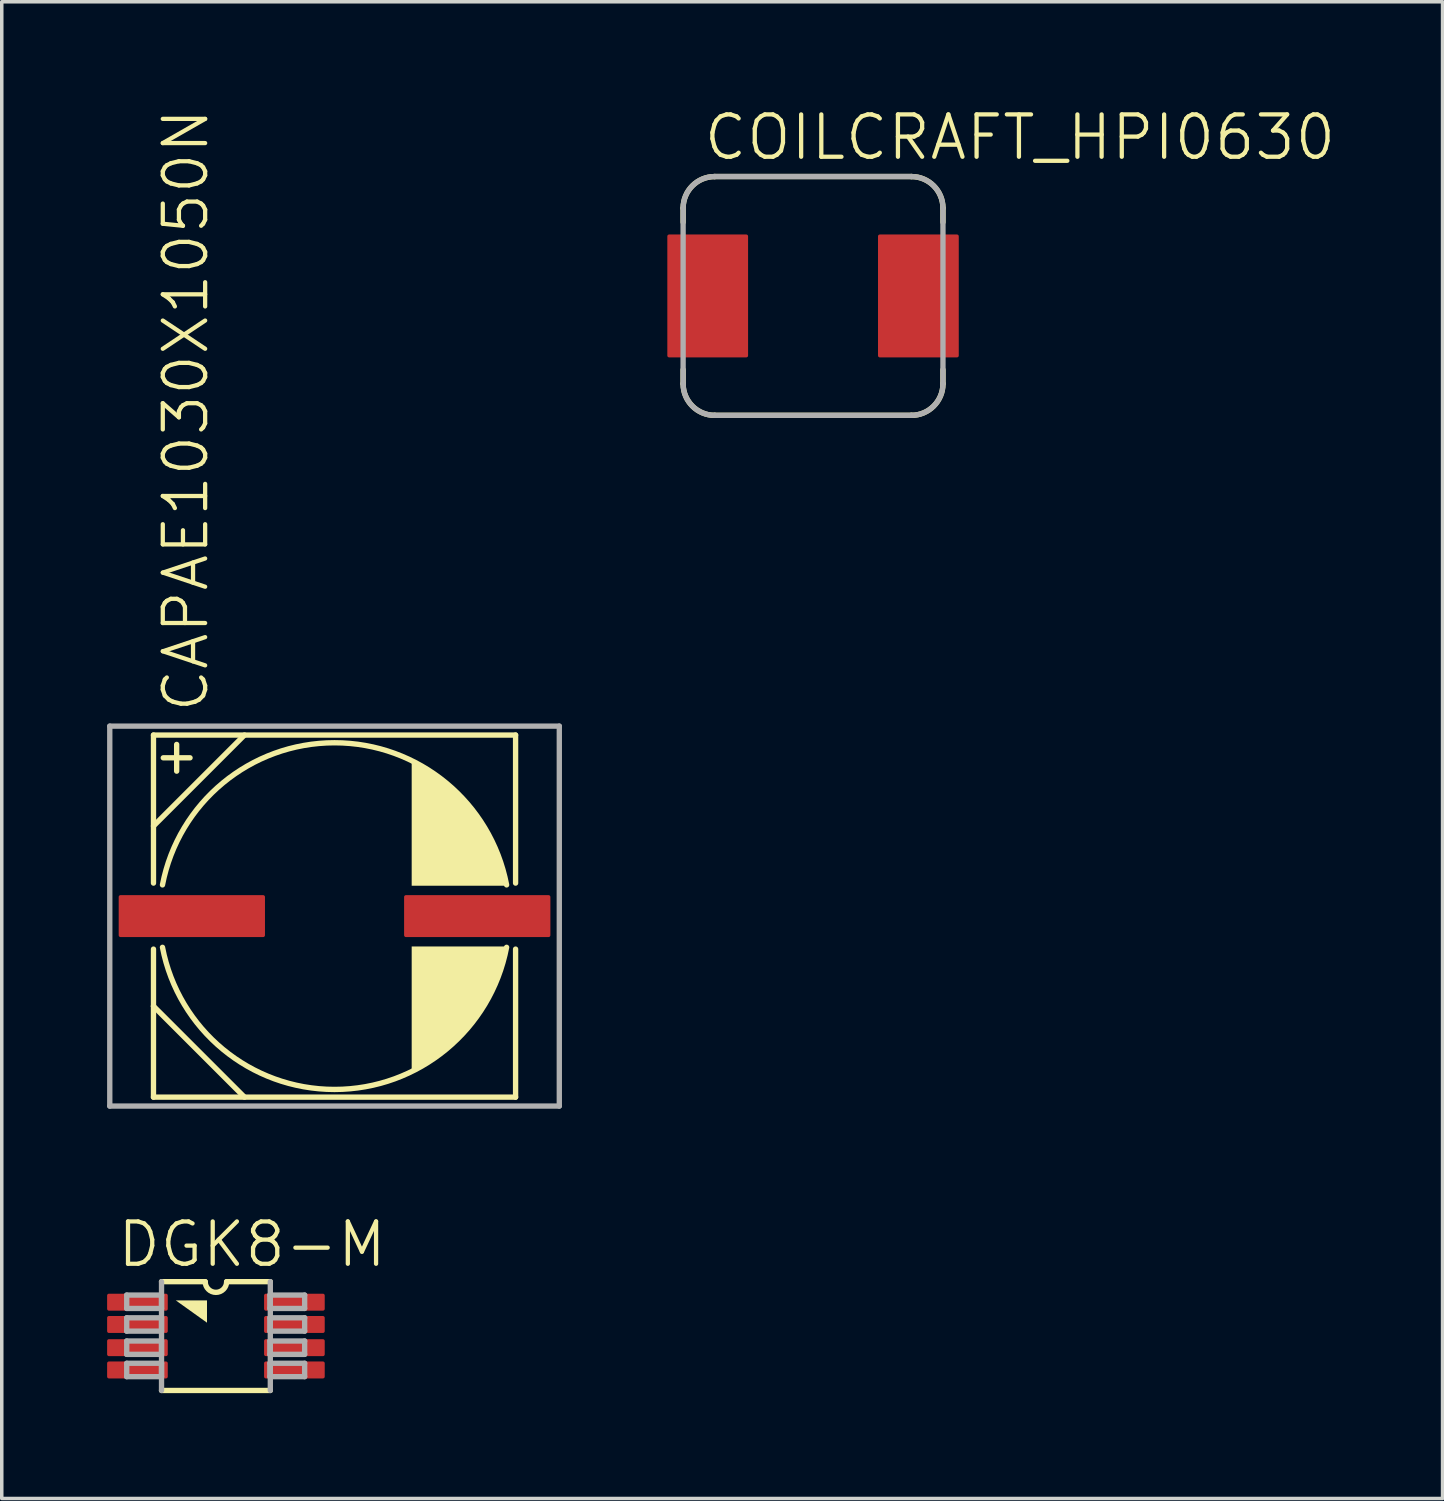
<source format=kicad_pcb>
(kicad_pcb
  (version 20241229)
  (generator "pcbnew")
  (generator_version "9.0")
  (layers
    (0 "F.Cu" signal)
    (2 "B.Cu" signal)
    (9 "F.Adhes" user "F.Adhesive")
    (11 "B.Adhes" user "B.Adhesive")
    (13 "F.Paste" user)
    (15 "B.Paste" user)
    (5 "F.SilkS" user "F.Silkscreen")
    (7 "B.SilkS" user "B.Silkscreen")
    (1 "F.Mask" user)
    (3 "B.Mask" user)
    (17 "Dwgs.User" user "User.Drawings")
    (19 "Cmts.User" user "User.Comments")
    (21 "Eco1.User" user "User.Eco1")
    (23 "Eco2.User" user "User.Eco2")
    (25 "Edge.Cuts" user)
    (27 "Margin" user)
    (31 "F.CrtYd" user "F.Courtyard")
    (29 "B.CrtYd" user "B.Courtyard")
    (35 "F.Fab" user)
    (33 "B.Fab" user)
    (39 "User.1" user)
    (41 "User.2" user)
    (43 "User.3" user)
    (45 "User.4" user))
  (footprint "COILCRAFT_HPI0630"
    (layer "F.Cu")
    (at 20.104 5.378)
    (property "Reference" "COILCRAFT_HPI0630" (at -3.175 -3.81 180) (layer "F.SilkS") (effects (font (size 1.206 1.206) (thickness 0.121)) (justify left bottom)))
    (attr through_hole)
    (fp_line (start -3.7 -2.5) (end -3.7 -2.1) (stroke (width 0.152) (type solid)) (layer "F.SilkS"))
    (fp_line (start -3.7 2.1) (end -3.7 2.5) (stroke (width 0.152) (type solid)) (layer "F.SilkS"))
    (fp_line (start -2.8 -3.4) (end 2.8 -3.4) (stroke (width 0.152) (type solid)) (layer "F.SilkS"))
    (fp_line (start -2.8 3.4) (end 2.8 3.4) (stroke (width 0.152) (type solid)) (layer "F.SilkS"))
    (fp_line (start 3.7 -2.5) (end 3.7 -2.1) (stroke (width 0.152) (type solid)) (layer "F.SilkS"))
    (fp_line (start 3.7 2.1) (end 3.7 2.5) (stroke (width 0.152) (type solid)) (layer "F.SilkS"))
    (fp_arc (start -3.7 -2.5) (mid -3.436396 -3.136396) (end -2.8 -3.4) (stroke (width 0.1524) (type solid)) (layer "F.SilkS"))
    (fp_arc (start -2.8 3.4) (mid -3.436396 3.136396) (end -3.7 2.5) (stroke (width 0.1524) (type solid)) (layer "F.SilkS"))
    (fp_arc (start 2.8 -3.4) (mid 3.436396 -3.136396) (end 3.7 -2.5) (stroke (width 0.1524) (type solid)) (layer "F.SilkS"))
    (fp_arc (start 3.7 2.5) (mid 3.436396 3.136396) (end 2.8 3.4) (stroke (width 0.1524) (type solid)) (layer "F.SilkS"))
    (fp_line (start -3.7 2.5) (end -3.7 -2.5) (stroke (width 0.152) (type solid)) (layer "F.Fab"))
    (fp_line (start -2.8 -3.4) (end 2.8 -3.4) (stroke (width 0.152) (type solid)) (layer "F.Fab"))
    (fp_line (start 2.8 3.4) (end -2.8 3.4) (stroke (width 0.152) (type solid)) (layer "F.Fab"))
    (fp_line (start 3.7 -2.5) (end 3.7 2.5) (stroke (width 0.152) (type solid)) (layer "F.Fab"))
    (fp_arc (start -3.7 -2.5) (mid -3.436396 -3.136396) (end -2.8 -3.4) (stroke (width 0.1524) (type solid)) (layer "F.Fab"))
    (fp_arc (start -2.8 3.4) (mid -3.436396 3.136396) (end -3.7 2.5) (stroke (width 0.1524) (type solid)) (layer "F.Fab"))
    (fp_arc (start 2.8 -3.4) (mid 3.436396 -3.136396) (end 3.7 -2.5) (stroke (width 0.1524) (type solid)) (layer "F.Fab"))
    (fp_arc (start 3.7 2.5) (mid 3.436396 3.136396) (end 2.8 3.4) (stroke (width 0.1524) (type solid)) (layer "F.Fab"))
    (pad "1" smd roundrect (at -3 0 90) (size 3.5 2.3) (layers "F.Cu" "F.Mask" "F.Paste") (roundrect_rratio 0.022))
    (pad "2" smd roundrect (at 3 0 90) (size 3.5 2.3) (layers "F.Cu" "F.Mask" "F.Paste") (roundrect_rratio 0.022)))
  (footprint "DGK8-M"
    (layer "F.Cu")
    (at 3.099 34.999)
    (property "Reference" "DGK8-M" (at -2.87 -1.905 0) (layer "F.SilkS") (effects (font (size 1.206 1.206) (thickness 0.121)) (justify left bottom)))
    (attr through_hole)
    (fp_line (start -1.549 1.549) (end 1.549 1.549) (stroke (width 0.152) (type solid)) (layer "F.SilkS"))
    (fp_line (start -0.305 -1.549) (end -1.549 -1.549) (stroke (width 0.152) (type solid)) (layer "F.SilkS"))
    (fp_line (start 1.549 -1.549) (end 0.305 -1.549) (stroke (width 0.152) (type solid)) (layer "F.SilkS"))
    (fp_arc (start 0.3048 -1.5494) (mid 0 -1.2446) (end -0.3048 -1.5494) (stroke (width 0.1524) (type solid)) (layer "F.SilkS"))
    (fp_poly (pts (xy -1.143 -1.016) (xy -0.254 -1.016) (xy -0.254 -0.381)) (stroke (width 0) (type solid)) (fill yes) (layer "F.SilkS"))
    (fp_line (start -2.54 -1.168) (end -2.54 -0.787) (stroke (width 0.152) (type solid)) (layer "F.Fab"))
    (fp_line (start -2.54 -0.787) (end -1.549 -0.787) (stroke (width 0.152) (type solid)) (layer "F.Fab"))
    (fp_line (start -2.54 -0.521) (end -2.54 -0.14) (stroke (width 0.152) (type solid)) (layer "F.Fab"))
    (fp_line (start -2.54 -0.14) (end -1.549 -0.14) (stroke (width 0.152) (type solid)) (layer "F.Fab"))
    (fp_line (start -2.54 0.14) (end -2.54 0.521) (stroke (width 0.152) (type solid)) (layer "F.Fab"))
    (fp_line (start -2.54 0.521) (end -1.549 0.521) (stroke (width 0.152) (type solid)) (layer "F.Fab"))
    (fp_line (start -2.54 0.775) (end -2.54 1.156) (stroke (width 0.152) (type solid)) (layer "F.Fab"))
    (fp_line (start -2.54 1.156) (end -1.549 1.156) (stroke (width 0.152) (type solid)) (layer "F.Fab"))
    (fp_line (start -1.549 -1.549) (end -1.549 1.549) (stroke (width 0.152) (type solid)) (layer "F.Fab"))
    (fp_line (start -1.549 -1.168) (end -2.54 -1.168) (stroke (width 0.152) (type solid)) (layer "F.Fab"))
    (fp_line (start -1.549 -0.787) (end -1.549 -1.168) (stroke (width 0.152) (type solid)) (layer "F.Fab"))
    (fp_line (start -1.549 -0.521) (end -2.54 -0.521) (stroke (width 0.152) (type solid)) (layer "F.Fab"))
    (fp_line (start -1.549 -0.14) (end -1.549 -0.521) (stroke (width 0.152) (type solid)) (layer "F.Fab"))
    (fp_line (start -1.549 0.14) (end -2.54 0.14) (stroke (width 0.152) (type solid)) (layer "F.Fab"))
    (fp_line (start -1.549 0.521) (end -1.549 0.14) (stroke (width 0.152) (type solid)) (layer "F.Fab"))
    (fp_line (start -1.549 0.775) (end -2.54 0.775) (stroke (width 0.152) (type solid)) (layer "F.Fab"))
    (fp_line (start -1.549 1.156) (end -1.549 0.775) (stroke (width 0.152) (type solid)) (layer "F.Fab"))
    (fp_line (start 1.537 -1.168) (end 1.537 -0.787) (stroke (width 0.152) (type solid)) (layer "F.Fab"))
    (fp_line (start 1.537 -0.787) (end 2.527 -0.787) (stroke (width 0.152) (type solid)) (layer "F.Fab"))
    (fp_line (start 1.537 -0.521) (end 1.537 -0.14) (stroke (width 0.152) (type solid)) (layer "F.Fab"))
    (fp_line (start 1.537 -0.14) (end 2.527 -0.14) (stroke (width 0.152) (type solid)) (layer "F.Fab"))
    (fp_line (start 1.537 0.14) (end 1.537 0.521) (stroke (width 0.152) (type solid)) (layer "F.Fab"))
    (fp_line (start 1.537 0.521) (end 2.527 0.521) (stroke (width 0.152) (type solid)) (layer "F.Fab"))
    (fp_line (start 1.537 0.775) (end 1.537 1.156) (stroke (width 0.152) (type solid)) (layer "F.Fab"))
    (fp_line (start 1.537 1.156) (end 2.527 1.156) (stroke (width 0.152) (type solid)) (layer "F.Fab"))
    (fp_line (start 1.549 1.549) (end 1.549 -1.549) (stroke (width 0.152) (type solid)) (layer "F.Fab"))
    (fp_line (start 2.527 -1.168) (end 1.537 -1.168) (stroke (width 0.152) (type solid)) (layer "F.Fab"))
    (fp_line (start 2.527 -0.787) (end 2.527 -1.168) (stroke (width 0.152) (type solid)) (layer "F.Fab"))
    (fp_line (start 2.527 -0.521) (end 1.537 -0.521) (stroke (width 0.152) (type solid)) (layer "F.Fab"))
    (fp_line (start 2.527 -0.14) (end 2.527 -0.521) (stroke (width 0.152) (type solid)) (layer "F.Fab"))
    (fp_line (start 2.527 0.14) (end 1.537 0.14) (stroke (width 0.152) (type solid)) (layer "F.Fab"))
    (fp_line (start 2.527 0.521) (end 2.527 0.14) (stroke (width 0.152) (type solid)) (layer "F.Fab"))
    (fp_line (start 2.527 0.775) (end 1.537 0.775) (stroke (width 0.152) (type solid)) (layer "F.Fab"))
    (fp_line (start 2.527 1.156) (end 2.527 0.775) (stroke (width 0.152) (type solid)) (layer "F.Fab"))
    (pad "1" smd roundrect (at -2.235 -0.965) (size 1.727 0.483) (layers "F.Cu" "F.Mask" "F.Paste") (roundrect_rratio 0.105))
    (pad "2" smd roundrect (at -2.235 -0.33) (size 1.727 0.483) (layers "F.Cu" "F.Mask" "F.Paste") (roundrect_rratio 0.105))
    (pad "3" smd roundrect (at -2.235 0.33) (size 1.727 0.483) (layers "F.Cu" "F.Mask" "F.Paste") (roundrect_rratio 0.105))
    (pad "4" smd roundrect (at -2.235 0.965) (size 1.727 0.483) (layers "F.Cu" "F.Mask" "F.Paste") (roundrect_rratio 0.105))
    (pad "5" smd roundrect (at 2.235 0.965) (size 1.727 0.483) (layers "F.Cu" "F.Mask" "F.Paste") (roundrect_rratio 0.105))
    (pad "6" smd roundrect (at 2.235 0.33) (size 1.727 0.483) (layers "F.Cu" "F.Mask" "F.Paste") (roundrect_rratio 0.105))
    (pad "7" smd roundrect (at 2.235 -0.33) (size 1.727 0.483) (layers "F.Cu" "F.Mask" "F.Paste") (roundrect_rratio 0.105))
    (pad "8" smd roundrect (at 2.235 -0.965) (size 1.727 0.483) (layers "F.Cu" "F.Mask" "F.Paste") (roundrect_rratio 0.105)))
  (footprint "CAPAE1030X1050N"
    (layer "F.Cu")
    (at 6.477 23.039)
    (property "Reference" "CAPAE1030X1050N" (at -3.531 -5.74 90) (layer "F.SilkS") (effects (font (size 1.206 1.206) (thickness 0.121)) (justify left bottom)))
    (attr through_hole)
    (fp_line (start -5.156 -5.156) (end -5.156 -0.94) (stroke (width 0.152) (type solid)) (layer "F.SilkS"))
    (fp_line (start -5.156 -2.565) (end -2.565 -5.156) (stroke (width 0.152) (type solid)) (layer "F.SilkS"))
    (fp_line (start -5.156 0.94) (end -5.156 2.565) (stroke (width 0.152) (type solid)) (layer "F.SilkS"))
    (fp_line (start -5.156 2.565) (end -5.156 5.156) (stroke (width 0.152) (type solid)) (layer "F.SilkS"))
    (fp_line (start -5.156 2.565) (end -2.565 5.156) (stroke (width 0.152) (type solid)) (layer "F.SilkS"))
    (fp_line (start -5.156 5.156) (end 5.156 5.156) (stroke (width 0.152) (type solid)) (layer "F.SilkS"))
    (fp_line (start -4.496 -4.889) (end -4.496 -4.128) (stroke (width 0.152) (type solid)) (layer "F.SilkS"))
    (fp_line (start -4.115 -4.508) (end -4.877 -4.508) (stroke (width 0.152) (type solid)) (layer "F.SilkS"))
    (fp_line (start 5.156 -5.156) (end -5.156 -5.156) (stroke (width 0.152) (type solid)) (layer "F.SilkS"))
    (fp_line (start 5.156 -0.94) (end 5.156 -5.156) (stroke (width 0.152) (type solid)) (layer "F.SilkS"))
    (fp_line (start 5.156 5.156) (end 5.156 0.94) (stroke (width 0.152) (type solid)) (layer "F.SilkS"))
    (fp_arc (start -4.9 -0.889) (mid 0 -4.936477) (end 4.9 -0.889001) (stroke (width 0.1524) (type solid)) (layer "F.SilkS"))
    (fp_arc (start 4.9 0.889) (mid 0 4.936477) (end -4.9 0.889001) (stroke (width 0.1524) (type solid)) (layer "F.SilkS"))
    (fp_poly (pts (xy 4.915 -0.864) (xy 2.197 -0.864) (xy 2.197 -4.445) (xy 2.609 -4.225) (xy 2.999 -3.967) (xy 3.361 -3.673) (xy 3.694 -3.345) (xy 3.994 -2.987) (xy 4.258 -2.602) (xy 4.484 -2.193) (xy 4.67 -1.764)) (stroke (width 0) (type solid)) (fill yes) (layer "F.SilkS"))
    (fp_poly (pts (xy 4.915 0.864) (xy 2.197 0.864) (xy 2.197 4.445) (xy 2.609 4.225) (xy 2.999 3.967) (xy 3.361 3.673) (xy 3.694 3.345) (xy 3.994 2.987) (xy 4.258 2.602) (xy 4.484 2.193) (xy 4.67 1.764)) (stroke (width 0) (type solid)) (fill yes) (layer "F.SilkS"))
    (fp_line (start -6.401 -5.41) (end 6.401 -5.41) (stroke (width 0.152) (type solid)) (layer "F.Fab"))
    (fp_line (start -6.401 5.41) (end -6.401 -5.41) (stroke (width 0.152) (type solid)) (layer "F.Fab"))
    (fp_line (start 6.401 -5.41) (end 6.401 5.41) (stroke (width 0.152) (type solid)) (layer "F.Fab"))
    (fp_line (start 6.401 5.41) (end -6.401 5.41) (stroke (width 0.152) (type solid)) (layer "F.Fab"))
    (pad "+" smd roundrect (at -4.064 0) (size 4.166 1.194) (layers "F.Cu" "F.Mask" "F.Paste") (roundrect_rratio 0.043))
    (pad "-" smd roundrect (at 4.064 0) (size 4.166 1.194) (layers "F.Cu" "F.Mask" "F.Paste") (roundrect_rratio 0.043)))
  (gr_rect
    (start -3 -3)
    (end 38.032 39.625)
    (stroke (width 0.1) (type default))
    (fill no)
    (layer "Edge.Cuts")))
</source>
